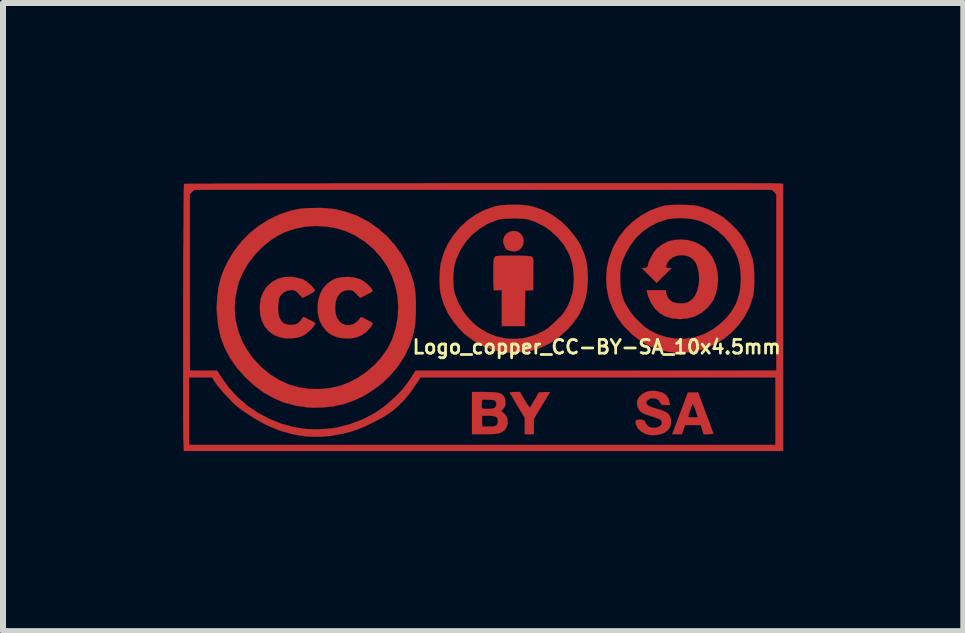
<source format=kicad_pcb>
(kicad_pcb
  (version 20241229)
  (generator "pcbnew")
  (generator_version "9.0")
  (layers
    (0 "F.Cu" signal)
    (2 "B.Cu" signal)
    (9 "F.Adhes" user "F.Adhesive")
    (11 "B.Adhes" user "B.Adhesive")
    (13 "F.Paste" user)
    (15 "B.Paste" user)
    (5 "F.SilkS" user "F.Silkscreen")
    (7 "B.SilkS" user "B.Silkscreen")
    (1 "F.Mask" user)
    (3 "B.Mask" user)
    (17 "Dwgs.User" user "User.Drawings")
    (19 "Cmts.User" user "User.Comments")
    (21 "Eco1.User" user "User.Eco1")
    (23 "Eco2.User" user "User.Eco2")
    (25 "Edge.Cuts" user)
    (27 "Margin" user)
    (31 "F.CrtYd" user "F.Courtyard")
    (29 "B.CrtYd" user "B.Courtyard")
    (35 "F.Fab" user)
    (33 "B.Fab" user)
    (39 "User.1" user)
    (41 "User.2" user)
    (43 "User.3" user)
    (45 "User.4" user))
  (footprint "Logo_copper_CC-BY-SA_10x4.5mm"
    (layer "F.Cu")
    (at 4.992 2.231)
    (property "Reference" "Logo_copper_CC-BY-SA_10x4.5mm" (at 1.9 0.5 0) (layer "F.SilkS") (effects (font (size 0.229 0.229) (thickness 0.046))))
    (attr through_hole)
    (fp_poly (pts (xy 0.683 -1.25) (xy 0.673 -1.199) (xy 0.645 -1.153) (xy 0.605 -1.115) (xy 0.546 -1.092) (xy 0.541 -1.092) (xy 0.505 -1.092) (xy 0.462 -1.1) (xy 0.452 -1.105) (xy 0.419 -1.115) (xy 0.401 -1.123) (xy 0.399 -1.123) (xy 0.391 -1.133) (xy 0.376 -1.156) (xy 0.371 -1.166) (xy 0.345 -1.227) (xy 0.343 -1.288) (xy 0.361 -1.341) (xy 0.396 -1.387) (xy 0.447 -1.42) (xy 0.508 -1.433) (xy 0.518 -1.433) (xy 0.579 -1.422) (xy 0.627 -1.392) (xy 0.66 -1.351) (xy 0.678 -1.303) (xy 0.683 -1.25)) (stroke (width 0.003) (type solid)) (fill yes) (layer "F.Cu"))
    (fp_poly (pts (xy 1.123 1.25) (xy 0.988 1.473) (xy 0.853 1.697) (xy 0.853 1.824) (xy 0.853 1.953) (xy 0.777 1.953) (xy 0.701 1.953) (xy 0.701 1.819) (xy 0.701 1.681) (xy 0.577 1.476) (xy 0.538 1.41) (xy 0.505 1.351) (xy 0.478 1.306) (xy 0.457 1.275) (xy 0.45 1.26) (xy 0.46 1.255) (xy 0.488 1.252) (xy 0.528 1.25) (xy 0.533 1.25) (xy 0.622 1.25) (xy 0.701 1.387) (xy 0.739 1.448) (xy 0.765 1.486) (xy 0.782 1.506) (xy 0.792 1.504) (xy 0.803 1.486) (xy 0.823 1.453) (xy 0.848 1.407) (xy 0.871 1.372) (xy 0.937 1.257) (xy 1.029 1.252) (xy 1.123 1.25)) (stroke (width 0.003) (type solid)) (fill yes) (layer "F.Cu"))
    (fp_poly (pts (xy 3.843 1.943) (xy 3.833 1.948) (xy 3.8 1.951) (xy 3.762 1.953) (xy 3.68 1.953) (xy 3.658 1.877) (xy 3.635 1.801) (xy 3.586 1.801) (xy 3.586 1.671) (xy 3.546 1.557) (xy 3.531 1.509) (xy 3.513 1.471) (xy 3.503 1.453) (xy 3.5 1.45) (xy 3.49 1.466) (xy 3.477 1.499) (xy 3.462 1.542) (xy 3.447 1.587) (xy 3.432 1.628) (xy 3.424 1.656) (xy 3.421 1.664) (xy 3.434 1.669) (xy 3.465 1.671) (xy 3.503 1.671) (xy 3.586 1.671) (xy 3.586 1.801) (xy 3.503 1.801) (xy 3.373 1.801) (xy 3.345 1.877) (xy 3.317 1.953) (xy 3.236 1.953) (xy 3.157 1.953) (xy 3.289 1.605) (xy 3.419 1.257) (xy 3.505 1.257) (xy 3.589 1.257) (xy 3.716 1.595) (xy 3.749 1.684) (xy 3.78 1.763) (xy 3.805 1.831) (xy 3.823 1.887) (xy 3.838 1.925) (xy 3.843 1.943)) (stroke (width 0.003) (type solid)) (fill yes) (layer "F.Cu"))
    (fp_poly (pts (xy 0.846 -0.907) (xy 0.843 -0.866) (xy 0.843 -0.81) (xy 0.843 -0.742) (xy 0.843 -0.676) (xy 0.841 -0.447) (xy 0.775 -0.442) (xy 0.709 -0.439) (xy 0.704 -0.142) (xy 0.701 0.152) (xy 0.511 0.152) (xy 0.318 0.152) (xy 0.318 -0.147) (xy 0.318 -0.447) (xy 0.264 -0.445) (xy 0.226 -0.445) (xy 0.198 -0.445) (xy 0.193 -0.445) (xy 0.188 -0.452) (xy 0.183 -0.472) (xy 0.18 -0.508) (xy 0.178 -0.564) (xy 0.178 -0.64) (xy 0.178 -0.706) (xy 0.178 -0.795) (xy 0.178 -0.866) (xy 0.18 -0.917) (xy 0.185 -0.95) (xy 0.188 -0.975) (xy 0.196 -0.991) (xy 0.198 -0.993) (xy 0.206 -1.001) (xy 0.213 -1.008) (xy 0.229 -1.013) (xy 0.251 -1.016) (xy 0.284 -1.019) (xy 0.335 -1.021) (xy 0.404 -1.021) (xy 0.495 -1.021) (xy 0.511 -1.021) (xy 0.61 -1.021) (xy 0.688 -1.019) (xy 0.747 -1.016) (xy 0.79 -1.011) (xy 0.818 -1.003) (xy 0.833 -0.991) (xy 0.841 -0.973) (xy 0.843 -0.95) (xy 0.846 -0.925) (xy 0.846 -0.907)) (stroke (width 0.003) (type solid)) (fill yes) (layer "F.Cu"))
    (fp_poly (pts (xy -2.784 0.104) (xy -2.807 0.142) (xy -2.84 0.188) (xy -2.891 0.236) (xy -2.944 0.282) (xy -2.997 0.315) (xy -3.01 0.32) (xy -3.101 0.348) (xy -3.208 0.358) (xy -3.289 0.356) (xy -3.399 0.333) (xy -3.493 0.292) (xy -3.571 0.231) (xy -3.635 0.152) (xy -3.68 0.058) (xy -3.708 -0.046) (xy -3.713 -0.168) (xy -3.711 -0.201) (xy -3.696 -0.312) (xy -3.66 -0.406) (xy -3.607 -0.49) (xy -3.586 -0.516) (xy -3.505 -0.587) (xy -3.409 -0.638) (xy -3.305 -0.665) (xy -3.19 -0.668) (xy -3.139 -0.663) (xy -3.081 -0.65) (xy -3.02 -0.635) (xy -2.979 -0.617) (xy -2.941 -0.594) (xy -2.898 -0.561) (xy -2.857 -0.523) (xy -2.824 -0.488) (xy -2.802 -0.455) (xy -2.797 -0.439) (xy -2.807 -0.424) (xy -2.835 -0.404) (xy -2.878 -0.381) (xy -2.898 -0.368) (xy -3 -0.318) (xy -3.061 -0.381) (xy -3.096 -0.417) (xy -3.122 -0.434) (xy -3.145 -0.445) (xy -3.178 -0.447) (xy -3.195 -0.447) (xy -3.266 -0.434) (xy -3.325 -0.404) (xy -3.373 -0.351) (xy -3.376 -0.343) (xy -3.393 -0.3) (xy -3.404 -0.236) (xy -3.409 -0.168) (xy -3.406 -0.094) (xy -3.399 -0.03) (xy -3.391 0) (xy -3.36 0.061) (xy -3.317 0.104) (xy -3.259 0.127) (xy -3.198 0.132) (xy -3.129 0.127) (xy -3.081 0.107) (xy -3.038 0.066) (xy -3.02 0.041) (xy -3 0.013) (xy -2.985 0) (xy -2.969 0.005) (xy -2.936 0.02) (xy -2.896 0.043) (xy -2.878 0.051) (xy -2.784 0.104)) (stroke (width 0.003) (type solid)) (fill yes) (layer "F.Cu"))
    (fp_poly (pts (xy -1.834 0.102) (xy -1.834 0.117) (xy -1.849 0.145) (xy -1.864 0.168) (xy -1.938 0.249) (xy -2.019 0.305) (xy -2.111 0.343) (xy -2.215 0.358) (xy -2.332 0.356) (xy -2.428 0.338) (xy -2.512 0.302) (xy -2.588 0.249) (xy -2.601 0.236) (xy -2.667 0.157) (xy -2.715 0.066) (xy -2.743 -0.041) (xy -2.746 -0.061) (xy -2.751 -0.18) (xy -2.738 -0.29) (xy -2.705 -0.394) (xy -2.654 -0.483) (xy -2.588 -0.556) (xy -2.507 -0.615) (xy -2.459 -0.638) (xy -2.36 -0.66) (xy -2.253 -0.668) (xy -2.146 -0.658) (xy -2.047 -0.63) (xy -2.035 -0.625) (xy -1.989 -0.599) (xy -1.938 -0.561) (xy -1.892 -0.518) (xy -1.857 -0.478) (xy -1.844 -0.46) (xy -1.836 -0.442) (xy -1.836 -0.429) (xy -1.849 -0.419) (xy -1.875 -0.404) (xy -1.918 -0.381) (xy -1.935 -0.371) (xy -2.042 -0.318) (xy -2.103 -0.381) (xy -2.139 -0.417) (xy -2.162 -0.434) (xy -2.187 -0.445) (xy -2.22 -0.447) (xy -2.235 -0.447) (xy -2.306 -0.437) (xy -2.362 -0.409) (xy -2.405 -0.358) (xy -2.426 -0.325) (xy -2.446 -0.259) (xy -2.456 -0.18) (xy -2.456 -0.097) (xy -2.441 -0.02) (xy -2.428 0.015) (xy -2.39 0.074) (xy -2.339 0.114) (xy -2.278 0.135) (xy -2.212 0.137) (xy -2.149 0.117) (xy -2.093 0.076) (xy -2.065 0.046) (xy -2.045 0.02) (xy -2.04 0.01) (xy -2.032 0.005) (xy -2.014 0.005) (xy -1.984 0.018) (xy -1.938 0.043) (xy -1.895 0.066) (xy -1.857 0.086) (xy -1.836 0.099) (xy -1.834 0.102)) (stroke (width 0.003) (type solid)) (fill yes) (layer "F.Cu"))
    (fp_poly (pts (xy 0.417 1.775) (xy 0.396 1.841) (xy 0.356 1.895) (xy 0.3 1.928) (xy 0.277 1.938) (xy 0.254 1.943) (xy 0.254 1.735) (xy 0.249 1.697) (xy 0.234 1.671) (xy 0.229 1.669) (xy 0.229 1.443) (xy 0.216 1.407) (xy 0.208 1.397) (xy 0.188 1.387) (xy 0.155 1.382) (xy 0.099 1.379) (xy 0.089 1.379) (xy -0.008 1.379) (xy -0.013 1.42) (xy -0.015 1.46) (xy -0.015 1.496) (xy -0.01 1.514) (xy -0.003 1.524) (xy 0.013 1.529) (xy 0.048 1.532) (xy 0.079 1.532) (xy 0.145 1.529) (xy 0.188 1.519) (xy 0.201 1.511) (xy 0.224 1.481) (xy 0.229 1.443) (xy 0.229 1.669) (xy 0.203 1.656) (xy 0.152 1.648) (xy 0.091 1.646) (xy -0.01 1.646) (xy -0.01 1.735) (xy -0.01 1.826) (xy 0.097 1.826) (xy 0.157 1.824) (xy 0.196 1.819) (xy 0.221 1.811) (xy 0.231 1.803) (xy 0.249 1.77) (xy 0.254 1.735) (xy 0.254 1.943) (xy 0.249 1.943) (xy 0.213 1.948) (xy 0.163 1.951) (xy 0.097 1.953) (xy 0.033 1.953) (xy -0.178 1.953) (xy -0.178 1.603) (xy -0.178 1.25) (xy 0.03 1.25) (xy 0.124 1.252) (xy 0.193 1.255) (xy 0.246 1.26) (xy 0.284 1.27) (xy 0.315 1.283) (xy 0.338 1.303) (xy 0.348 1.311) (xy 0.366 1.346) (xy 0.378 1.397) (xy 0.381 1.448) (xy 0.376 1.473) (xy 0.361 1.506) (xy 0.335 1.539) (xy 0.333 1.542) (xy 0.312 1.562) (xy 0.31 1.575) (xy 0.318 1.58) (xy 0.353 1.603) (xy 0.386 1.641) (xy 0.409 1.684) (xy 0.414 1.702) (xy 0.417 1.775)) (stroke (width 0.003) (type solid)) (fill yes) (layer "F.Cu"))
    (fp_poly (pts (xy 3.139 1.775) (xy 3.127 1.824) (xy 3.099 1.869) (xy 3.089 1.882) (xy 3.038 1.923) (xy 2.969 1.953) (xy 2.891 1.968) (xy 2.812 1.971) (xy 2.802 1.968) (xy 2.713 1.948) (xy 2.642 1.91) (xy 2.588 1.859) (xy 2.555 1.793) (xy 2.553 1.786) (xy 2.545 1.748) (xy 2.553 1.725) (xy 2.576 1.712) (xy 2.619 1.712) (xy 2.629 1.712) (xy 2.67 1.717) (xy 2.692 1.725) (xy 2.703 1.74) (xy 2.71 1.76) (xy 2.738 1.806) (xy 2.781 1.834) (xy 2.835 1.849) (xy 2.896 1.844) (xy 2.931 1.831) (xy 2.969 1.808) (xy 2.985 1.781) (xy 2.982 1.745) (xy 2.974 1.727) (xy 2.957 1.709) (xy 2.924 1.694) (xy 2.875 1.674) (xy 2.807 1.654) (xy 2.769 1.641) (xy 2.71 1.621) (xy 2.667 1.603) (xy 2.637 1.582) (xy 2.619 1.565) (xy 2.583 1.506) (xy 2.57 1.45) (xy 2.576 1.392) (xy 2.601 1.341) (xy 2.644 1.295) (xy 2.697 1.26) (xy 2.764 1.237) (xy 2.837 1.229) (xy 2.908 1.237) (xy 2.992 1.26) (xy 3.053 1.298) (xy 3.091 1.349) (xy 3.111 1.412) (xy 3.111 1.415) (xy 3.119 1.468) (xy 3.045 1.468) (xy 3.005 1.466) (xy 2.982 1.46) (xy 2.969 1.45) (xy 2.959 1.427) (xy 2.934 1.389) (xy 2.893 1.364) (xy 2.845 1.354) (xy 2.797 1.359) (xy 2.753 1.382) (xy 2.751 1.384) (xy 2.725 1.412) (xy 2.723 1.433) (xy 2.736 1.458) (xy 2.741 1.466) (xy 2.769 1.483) (xy 2.822 1.506) (xy 2.898 1.529) (xy 2.903 1.529) (xy 2.99 1.557) (xy 3.051 1.585) (xy 3.094 1.615) (xy 3.122 1.656) (xy 3.137 1.704) (xy 3.137 1.714) (xy 3.139 1.775)) (stroke (width 0.003) (type solid)) (fill yes) (layer "F.Cu"))
    (fp_poly (pts (xy 3.922 -0.645) (xy 3.914 -0.523) (xy 3.889 -0.404) (xy 3.848 -0.292) (xy 3.82 -0.249) (xy 3.782 -0.198) (xy 3.741 -0.15) (xy 3.736 -0.145) (xy 3.64 -0.066) (xy 3.531 -0.008) (xy 3.414 0.023) (xy 3.289 0.036) (xy 3.162 0.025) (xy 3.155 0.023) (xy 3.048 -0.008) (xy 2.951 -0.064) (xy 2.873 -0.137) (xy 2.807 -0.231) (xy 2.758 -0.343) (xy 2.741 -0.411) (xy 2.731 -0.447) (xy 2.891 -0.447) (xy 3.051 -0.447) (xy 3.058 -0.394) (xy 3.076 -0.34) (xy 3.109 -0.292) (xy 3.15 -0.257) (xy 3.155 -0.254) (xy 3.183 -0.244) (xy 3.223 -0.234) (xy 3.254 -0.229) (xy 3.34 -0.224) (xy 3.416 -0.244) (xy 3.482 -0.284) (xy 3.536 -0.348) (xy 3.574 -0.432) (xy 3.599 -0.536) (xy 3.607 -0.627) (xy 3.602 -0.721) (xy 3.586 -0.81) (xy 3.559 -0.886) (xy 3.556 -0.894) (xy 3.513 -0.953) (xy 3.454 -0.998) (xy 3.393 -1.021) (xy 3.315 -1.031) (xy 3.236 -1.021) (xy 3.167 -0.993) (xy 3.111 -0.95) (xy 3.078 -0.902) (xy 3.058 -0.859) (xy 3.053 -0.833) (xy 3.063 -0.82) (xy 3.089 -0.815) (xy 3.099 -0.815) (xy 3.147 -0.815) (xy 3.023 -0.691) (xy 2.898 -0.566) (xy 2.774 -0.691) (xy 2.649 -0.815) (xy 2.695 -0.815) (xy 2.733 -0.823) (xy 2.753 -0.843) (xy 2.758 -0.879) (xy 2.764 -0.909) (xy 2.784 -0.955) (xy 2.812 -1.008) (xy 2.842 -1.062) (xy 2.875 -1.107) (xy 2.903 -1.14) (xy 2.987 -1.206) (xy 3.084 -1.255) (xy 3.19 -1.283) (xy 3.305 -1.29) (xy 3.421 -1.28) (xy 3.536 -1.247) (xy 3.602 -1.217) (xy 3.693 -1.158) (xy 3.769 -1.079) (xy 3.833 -0.986) (xy 3.879 -0.879) (xy 3.909 -0.765) (xy 3.922 -0.645)) (stroke (width 0.003) (type solid)) (fill yes) (layer "F.Cu"))
    (fp_poly (pts (xy -1.113 -0.175) (xy -1.113 -0.084) (xy -1.118 0.038) (xy -1.128 0.145) (xy -1.146 0.239) (xy -1.168 0.33) (xy -1.199 0.424) (xy -1.224 0.49) (xy -1.303 0.655) (xy -1.405 0.813) (xy -1.407 0.815) (xy -1.407 -0.175) (xy -1.42 -0.353) (xy -1.458 -0.526) (xy -1.516 -0.693) (xy -1.595 -0.851) (xy -1.697 -0.996) (xy -1.816 -1.13) (xy -1.956 -1.25) (xy -2.113 -1.351) (xy -2.121 -1.356) (xy -2.273 -1.427) (xy -2.438 -1.478) (xy -2.609 -1.506) (xy -2.784 -1.516) (xy -2.957 -1.504) (xy -3.127 -1.471) (xy -3.289 -1.415) (xy -3.393 -1.367) (xy -3.538 -1.275) (xy -3.673 -1.163) (xy -3.797 -1.036) (xy -3.904 -0.897) (xy -3.99 -0.747) (xy -4.059 -0.592) (xy -4.084 -0.503) (xy -4.122 -0.318) (xy -4.133 -0.137) (xy -4.12 0.041) (xy -4.079 0.213) (xy -4.018 0.381) (xy -3.932 0.541) (xy -3.825 0.691) (xy -3.696 0.828) (xy -3.551 0.95) (xy -3.396 1.049) (xy -3.236 1.123) (xy -3.066 1.173) (xy -2.888 1.199) (xy -2.703 1.201) (xy -2.535 1.184) (xy -2.377 1.148) (xy -2.225 1.09) (xy -2.075 1.011) (xy -1.935 0.914) (xy -1.808 0.805) (xy -1.694 0.681) (xy -1.598 0.549) (xy -1.524 0.409) (xy -1.506 0.366) (xy -1.448 0.185) (xy -1.415 0.003) (xy -1.407 -0.175) (xy -1.407 0.815) (xy -1.524 0.958) (xy -1.659 1.09) (xy -1.808 1.206) (xy -1.968 1.308) (xy -2.136 1.389) (xy -2.311 1.45) (xy -2.487 1.488) (xy -2.573 1.499) (xy -2.654 1.506) (xy -2.718 1.509) (xy -2.771 1.511) (xy -2.822 1.511) (xy -2.873 1.509) (xy -2.918 1.506) (xy -3.114 1.478) (xy -3.299 1.43) (xy -3.475 1.356) (xy -3.645 1.262) (xy -3.805 1.143) (xy -3.962 0.998) (xy -3.965 0.993) (xy -4.102 0.838) (xy -4.214 0.678) (xy -4.3 0.511) (xy -4.366 0.335) (xy -4.407 0.147) (xy -4.427 -0.048) (xy -4.432 -0.152) (xy -4.422 -0.335) (xy -4.399 -0.505) (xy -4.359 -0.665) (xy -4.298 -0.823) (xy -4.249 -0.919) (xy -4.145 -1.095) (xy -4.023 -1.252) (xy -3.884 -1.394) (xy -3.729 -1.519) (xy -3.564 -1.623) (xy -3.386 -1.709) (xy -3.2 -1.77) (xy -3.084 -1.796) (xy -3 -1.808) (xy -2.898 -1.814) (xy -2.786 -1.816) (xy -2.675 -1.816) (xy -2.57 -1.808) (xy -2.479 -1.798) (xy -2.459 -1.796) (xy -2.266 -1.748) (xy -2.08 -1.679) (xy -1.905 -1.587) (xy -1.745 -1.476) (xy -1.598 -1.346) (xy -1.466 -1.201) (xy -1.351 -1.041) (xy -1.257 -0.869) (xy -1.184 -0.683) (xy -1.168 -0.638) (xy -1.146 -0.549) (xy -1.13 -0.465) (xy -1.118 -0.378) (xy -1.113 -0.284) (xy -1.113 -0.175)) (stroke (width 0.003) (type solid)) (fill yes) (layer "F.Cu"))
    (fp_poly (pts (xy 1.753 -0.638) (xy 1.742 -0.465) (xy 1.714 -0.307) (xy 1.666 -0.163) (xy 1.598 -0.025) (xy 1.519 0.084) (xy 1.519 -0.638) (xy 1.511 -0.775) (xy 1.491 -0.897) (xy 1.453 -1.013) (xy 1.425 -1.077) (xy 1.351 -1.204) (xy 1.255 -1.321) (xy 1.143 -1.425) (xy 1.019 -1.514) (xy 0.884 -1.58) (xy 0.803 -1.61) (xy 0.762 -1.623) (xy 0.721 -1.631) (xy 0.676 -1.636) (xy 0.622 -1.638) (xy 0.551 -1.641) (xy 0.516 -1.641) (xy 0.437 -1.638) (xy 0.376 -1.638) (xy 0.328 -1.633) (xy 0.287 -1.626) (xy 0.246 -1.615) (xy 0.229 -1.61) (xy 0.081 -1.552) (xy -0.051 -1.471) (xy -0.173 -1.372) (xy -0.279 -1.255) (xy -0.368 -1.123) (xy -0.434 -0.978) (xy -0.462 -0.897) (xy -0.478 -0.815) (xy -0.488 -0.719) (xy -0.49 -0.617) (xy -0.485 -0.518) (xy -0.475 -0.429) (xy -0.467 -0.396) (xy -0.411 -0.246) (xy -0.335 -0.107) (xy -0.239 0.02) (xy -0.124 0.132) (xy -0.056 0.183) (xy 0.076 0.264) (xy 0.221 0.323) (xy 0.373 0.358) (xy 0.531 0.366) (xy 0.66 0.356) (xy 0.777 0.33) (xy 0.897 0.29) (xy 1.008 0.236) (xy 1.036 0.221) (xy 1.077 0.193) (xy 1.128 0.152) (xy 1.184 0.102) (xy 1.237 0.051) (xy 1.295 -0.005) (xy 1.339 -0.056) (xy 1.372 -0.102) (xy 1.4 -0.15) (xy 1.415 -0.178) (xy 1.463 -0.29) (xy 1.496 -0.401) (xy 1.514 -0.516) (xy 1.519 -0.638) (xy 1.519 0.084) (xy 1.509 0.102) (xy 1.41 0.211) (xy 1.273 0.333) (xy 1.13 0.432) (xy 0.978 0.508) (xy 0.818 0.559) (xy 0.815 0.561) (xy 0.739 0.574) (xy 0.65 0.584) (xy 0.554 0.592) (xy 0.46 0.594) (xy 0.378 0.592) (xy 0.325 0.587) (xy 0.157 0.546) (xy -0.003 0.483) (xy -0.152 0.396) (xy -0.295 0.29) (xy -0.356 0.231) (xy -0.475 0.094) (xy -0.572 -0.048) (xy -0.645 -0.206) (xy -0.686 -0.33) (xy -0.699 -0.386) (xy -0.709 -0.439) (xy -0.714 -0.493) (xy -0.716 -0.556) (xy -0.719 -0.63) (xy -0.714 -0.749) (xy -0.706 -0.846) (xy -0.696 -0.902) (xy -0.648 -1.067) (xy -0.577 -1.222) (xy -0.485 -1.364) (xy -0.376 -1.496) (xy -0.251 -1.61) (xy -0.114 -1.707) (xy 0.033 -1.783) (xy 0.193 -1.839) (xy 0.224 -1.847) (xy 0.302 -1.859) (xy 0.399 -1.867) (xy 0.5 -1.869) (xy 0.607 -1.869) (xy 0.706 -1.862) (xy 0.792 -1.849) (xy 0.836 -1.839) (xy 1.001 -1.783) (xy 1.156 -1.702) (xy 1.3 -1.598) (xy 1.43 -1.473) (xy 1.544 -1.331) (xy 1.557 -1.316) (xy 1.631 -1.194) (xy 1.684 -1.074) (xy 1.722 -0.947) (xy 1.745 -0.808) (xy 1.753 -0.653) (xy 1.753 -0.638)) (stroke (width 0.003) (type solid)) (fill yes) (layer "F.Cu"))
    (fp_poly (pts (xy 4.526 -0.61) (xy 4.524 -0.511) (xy 4.516 -0.422) (xy 4.506 -0.351) (xy 4.503 -0.34) (xy 4.45 -0.173) (xy 4.371 -0.018) (xy 4.3 0.084) (xy 4.3 -0.599) (xy 4.3 -0.676) (xy 4.293 -0.78) (xy 4.28 -0.866) (xy 4.262 -0.945) (xy 4.232 -1.024) (xy 4.201 -1.09) (xy 4.122 -1.219) (xy 4.026 -1.336) (xy 3.909 -1.44) (xy 3.782 -1.527) (xy 3.645 -1.59) (xy 3.602 -1.605) (xy 3.513 -1.628) (xy 3.409 -1.641) (xy 3.297 -1.646) (xy 3.188 -1.643) (xy 3.091 -1.631) (xy 3.081 -1.628) (xy 2.934 -1.582) (xy 2.797 -1.514) (xy 2.67 -1.427) (xy 2.558 -1.321) (xy 2.461 -1.196) (xy 2.383 -1.059) (xy 2.334 -0.945) (xy 2.316 -0.894) (xy 2.306 -0.851) (xy 2.299 -0.813) (xy 2.294 -0.77) (xy 2.291 -0.714) (xy 2.291 -0.643) (xy 2.294 -0.533) (xy 2.304 -0.439) (xy 2.324 -0.356) (xy 2.352 -0.274) (xy 2.383 -0.211) (xy 2.443 -0.109) (xy 2.52 -0.008) (xy 2.609 0.084) (xy 2.703 0.168) (xy 2.789 0.226) (xy 2.921 0.292) (xy 3.063 0.335) (xy 3.213 0.361) (xy 3.365 0.363) (xy 3.513 0.343) (xy 3.561 0.33) (xy 3.696 0.282) (xy 3.828 0.211) (xy 3.947 0.124) (xy 4.056 0.02) (xy 4.145 -0.089) (xy 4.214 -0.208) (xy 4.221 -0.224) (xy 4.265 -0.343) (xy 4.29 -0.465) (xy 4.3 -0.599) (xy 4.3 0.084) (xy 4.272 0.124) (xy 4.153 0.254) (xy 4.044 0.345) (xy 3.894 0.442) (xy 3.736 0.516) (xy 3.569 0.566) (xy 3.396 0.592) (xy 3.218 0.594) (xy 3.089 0.579) (xy 2.926 0.541) (xy 2.771 0.48) (xy 2.624 0.394) (xy 2.484 0.287) (xy 2.36 0.16) (xy 2.342 0.14) (xy 2.238 0) (xy 2.159 -0.15) (xy 2.101 -0.31) (xy 2.068 -0.475) (xy 2.057 -0.643) (xy 2.07 -0.813) (xy 2.106 -0.98) (xy 2.167 -1.146) (xy 2.184 -1.181) (xy 2.268 -1.328) (xy 2.375 -1.466) (xy 2.497 -1.585) (xy 2.634 -1.687) (xy 2.781 -1.77) (xy 2.939 -1.829) (xy 2.974 -1.841) (xy 3.02 -1.852) (xy 3.063 -1.859) (xy 3.109 -1.864) (xy 3.165 -1.867) (xy 3.236 -1.869) (xy 3.299 -1.869) (xy 3.388 -1.867) (xy 3.454 -1.864) (xy 3.508 -1.862) (xy 3.553 -1.854) (xy 3.597 -1.847) (xy 3.619 -1.839) (xy 3.724 -1.806) (xy 3.833 -1.758) (xy 3.937 -1.704) (xy 4.016 -1.654) (xy 4.069 -1.61) (xy 4.133 -1.552) (xy 4.199 -1.488) (xy 4.26 -1.422) (xy 4.308 -1.364) (xy 4.326 -1.336) (xy 4.374 -1.26) (xy 4.42 -1.168) (xy 4.46 -1.074) (xy 4.491 -0.983) (xy 4.496 -0.963) (xy 4.511 -0.894) (xy 4.519 -0.808) (xy 4.526 -0.711) (xy 4.526 -0.61)) (stroke (width 0.003) (type solid)) (fill yes) (layer "F.Cu"))
    (fp_poly (pts (xy 5.006 2.233) (xy 4.892 2.233) (xy 4.892 0.892) (xy 4.892 -0.574) (xy 4.892 -2.045) (xy 4.854 -2.083) (xy 4.816 -2.118) (xy 0.005 -2.118) (xy -4.803 -2.118) (xy -4.841 -2.083) (xy -4.879 -2.045) (xy -4.879 -0.574) (xy -4.877 0.892) (xy -4.651 0.894) (xy -4.425 0.894) (xy -4.341 1.024) (xy -4.219 1.191) (xy -4.077 1.344) (xy -3.917 1.481) (xy -3.741 1.6) (xy -3.553 1.699) (xy -3.355 1.778) (xy -3.15 1.834) (xy -2.985 1.862) (xy -2.898 1.869) (xy -2.797 1.872) (xy -2.685 1.869) (xy -2.576 1.862) (xy -2.477 1.849) (xy -2.416 1.839) (xy -2.2 1.783) (xy -1.996 1.704) (xy -1.808 1.608) (xy -1.631 1.486) (xy -1.466 1.341) (xy -1.397 1.273) (xy -1.341 1.212) (xy -1.285 1.14) (xy -1.232 1.069) (xy -1.199 1.024) (xy -1.118 0.894) (xy 1.885 0.894) (xy 4.892 0.892) (xy 4.892 2.233) (xy 4.877 2.233) (xy 4.877 2.131) (xy 4.877 1.57) (xy 4.877 1.008) (xy 1.92 1.008) (xy -1.034 1.008) (xy -1.113 1.125) (xy -1.209 1.262) (xy -1.306 1.382) (xy -1.405 1.481) (xy -1.509 1.57) (xy -1.626 1.648) (xy -1.712 1.699) (xy -1.852 1.77) (xy -1.976 1.829) (xy -2.093 1.877) (xy -2.212 1.915) (xy -2.337 1.946) (xy -2.342 1.946) (xy -2.525 1.981) (xy -2.697 1.996) (xy -2.863 1.996) (xy -3.03 1.979) (xy -3.2 1.946) (xy -3.396 1.887) (xy -3.592 1.806) (xy -3.792 1.697) (xy -3.993 1.565) (xy -4.061 1.516) (xy -4.112 1.473) (xy -4.173 1.415) (xy -4.237 1.349) (xy -4.303 1.28) (xy -4.366 1.206) (xy -4.42 1.14) (xy -4.463 1.082) (xy -4.486 1.046) (xy -4.506 1.008) (xy -4.699 1.008) (xy -4.892 1.008) (xy -4.892 1.57) (xy -4.892 2.131) (xy -0.005 2.131) (xy 4.877 2.131) (xy 4.877 2.233) (xy 0.013 2.233) (xy -4.978 2.233) (xy -4.986 2.052) (xy -4.989 2.014) (xy -4.989 1.956) (xy -4.989 1.875) (xy -4.989 1.775) (xy -4.991 1.659) (xy -4.991 1.527) (xy -4.991 1.379) (xy -4.991 1.219) (xy -4.991 1.049) (xy -4.991 0.869) (xy -4.991 0.681) (xy -4.991 0.488) (xy -4.991 0.29) (xy -4.991 0.089) (xy -4.991 -0.112) (xy -4.991 -0.315) (xy -4.989 -0.516) (xy -4.989 -0.711) (xy -4.989 -0.904) (xy -4.989 -1.09) (xy -4.986 -1.265) (xy -4.986 -1.433) (xy -4.983 -1.587) (xy -4.983 -1.73) (xy -4.983 -1.857) (xy -4.981 -1.966) (xy -4.981 -2.06) (xy -4.978 -2.131) (xy -4.978 -2.184) (xy -4.976 -2.212) (xy -4.976 -2.217) (xy -4.963 -2.217) (xy -4.925 -2.217) (xy -4.864 -2.22) (xy -4.78 -2.22) (xy -4.676 -2.22) (xy -4.549 -2.22) (xy -4.407 -2.223) (xy -4.244 -2.223) (xy -4.064 -2.223) (xy -3.868 -2.223) (xy -3.658 -2.225) (xy -3.434 -2.225) (xy -3.195 -2.225) (xy -2.946 -2.225) (xy -2.687 -2.225) (xy -2.418 -2.228) (xy -2.141 -2.228) (xy -1.854 -2.228) (xy -1.565 -2.228) (xy -1.267 -2.228) (xy -0.965 -2.228) (xy -0.66 -2.23) (xy -0.353 -2.23) (xy -0.043 -2.23) (xy 0.262 -2.23) (xy 0.569 -2.23) (xy 0.874 -2.23) (xy 1.176 -2.23) (xy 1.476 -2.23) (xy 1.768 -2.23) (xy 2.055 -2.23) (xy 2.334 -2.23) (xy 2.606 -2.23) (xy 2.868 -2.23) (xy 3.119 -2.23) (xy 3.358 -2.23) (xy 3.584 -2.23) (xy 3.797 -2.23) (xy 3.995 -2.23) (xy 4.178 -2.23) (xy 4.346 -2.23) (xy 4.493 -2.228) (xy 4.623 -2.228) (xy 4.729 -2.228) (xy 4.818 -2.228) (xy 4.884 -2.225) (xy 4.928 -2.225) (xy 4.945 -2.225) (xy 5.006 -2.217) (xy 5.006 0.008) (xy 5.006 2.233)) (stroke (width 0.003) (type solid)) (fill yes) (layer "F.Cu")))
  (gr_rect
    (start -3 -3)
    (end 13 7.465)
    (stroke (width 0.1) (type default))
    (fill no)
    (layer "Edge.Cuts")))
</source>
